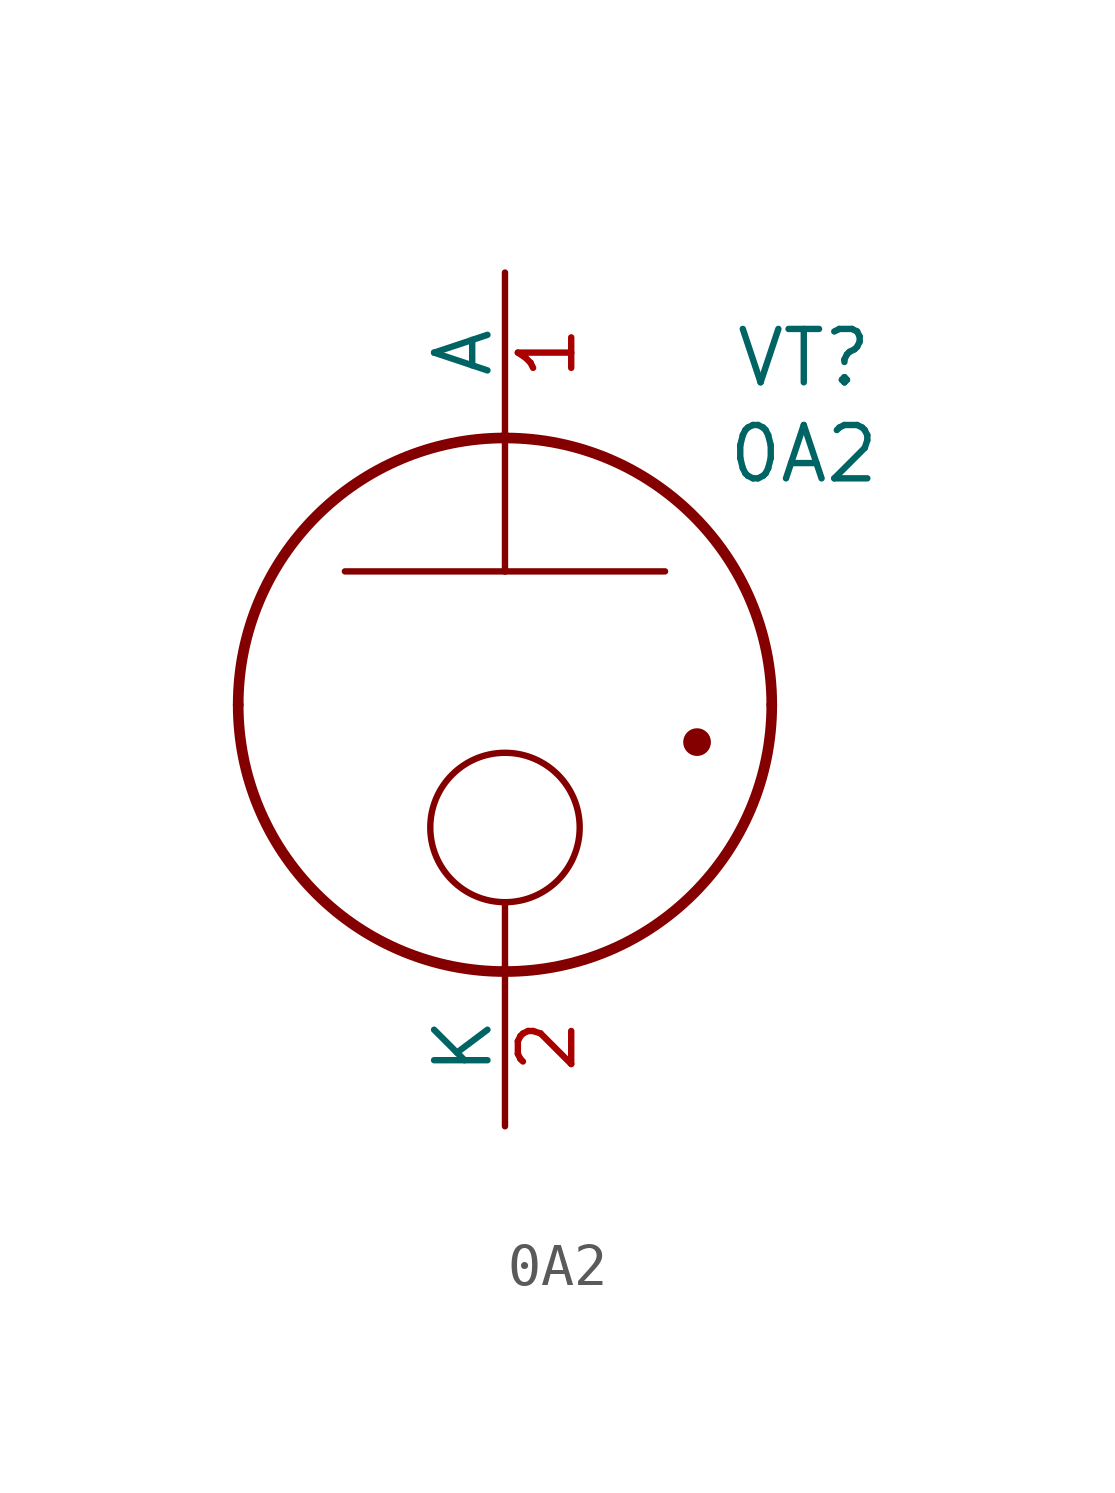
<source format=kicad_sym>
(kicad_symbol_lib
  (version 20241209)
  (generator "kicad_symbol_editor")
  (generator_version "9.0")
  (symbol "0A2"
    (pin_names
      (offset 0))
    (property "Reference" "VT"
      (at 7.112 8.128 0)
      (effects (font (size 1.27 1.27))))
    (property "Value" "0A2"
      (at 7.112 5.842 0)
      (effects (font (size 1.27 1.27))))
    (symbol "0A2_1_1"
      (arc (start -0.0001 -6.4769) (mid -4.4926 -4.6195) (end -6.35 -0.127) (stroke (width 0.254) (type solid)) (fill (type none)))
      (arc (start -6.35 -0.127) (mid -4.4902 4.3632) (end 0 6.223) (stroke (width 0.254) (type solid)) (fill (type none)))
      (polyline (pts (xy 0 3.048) (xy -3.81 3.048)) (stroke (width 0) (type solid)) (fill (type none)))
      (polyline (pts (xy 0 3.048) (xy 0 6.35)) (stroke (width 0) (type solid)) (fill (type none)))
      (polyline (pts (xy 0 3.048) (xy 3.81 3.048)) (stroke (width 0) (type solid)) (fill (type none)))
      (circle (center 0 -3.048) (radius 1.778) (stroke (width 0) (type default)) (fill (type none)))
      (polyline (pts (xy 0 -4.826) (xy 0 -6.35)) (stroke (width 0) (type default)) (fill (type none)))
      (arc (start 0 6.223) (mid 4.4902 4.3632) (end 6.35 -0.127) (stroke (width 0.254) (type solid)) (fill (type none)))
      (arc (start 6.35 -0.127) (mid 4.491 -4.618) (end -0.0001 -6.4769) (stroke (width 0.254) (type solid)) (fill (type none)))
      (circle (center 4.572 -1.016) (radius 0.254) (stroke (width 0) (type solid)) (fill (type outline)))
      (pin no_connect line (at -5.08 1.27 0) (length 3.81) (hide yes) (name "NC" (effects (font (size 1.27 1.27)))) (number "6" (effects (font (size 1.27 1.27)))))
      (pin no_connect line (at -5.08 0 0) (length 3.81) (hide yes) (name "NC" (effects (font (size 1.27 1.27)))) (number "3" (effects (font (size 1.27 1.27)))))
      (pin passive line (at 0 10.16 270) (length 3.81) (name "A" (effects (font (size 1.27 1.27)))) (number "1" (effects (font (size 1.27 1.27)))))
      (pin passive line (at 0 10.16 270) (length 3.81) (hide yes) (name "A" (effects (font (size 1.27 1.27)))) (number "5" (effects (font (size 1.27 1.27)))))
      (pin passive line (at 0 -10.16 90) (length 3.81) (name "K" (effects (font (size 1.27 1.27)))) (number "2" (effects (font (size 1.27 1.27)))))
      (pin passive line (at 0 -10.16 90) (length 3.81) (hide yes) (name "K" (effects (font (size 1.27 1.27)))) (number "4" (effects (font (size 1.27 1.27)))))
      (pin passive line (at 0 -10.16 90) (length 3.81) (hide yes) (name "K" (effects (font (size 1.27 1.27)))) (number "7" (effects (font (size 1.27 1.27))))))))
</source>
